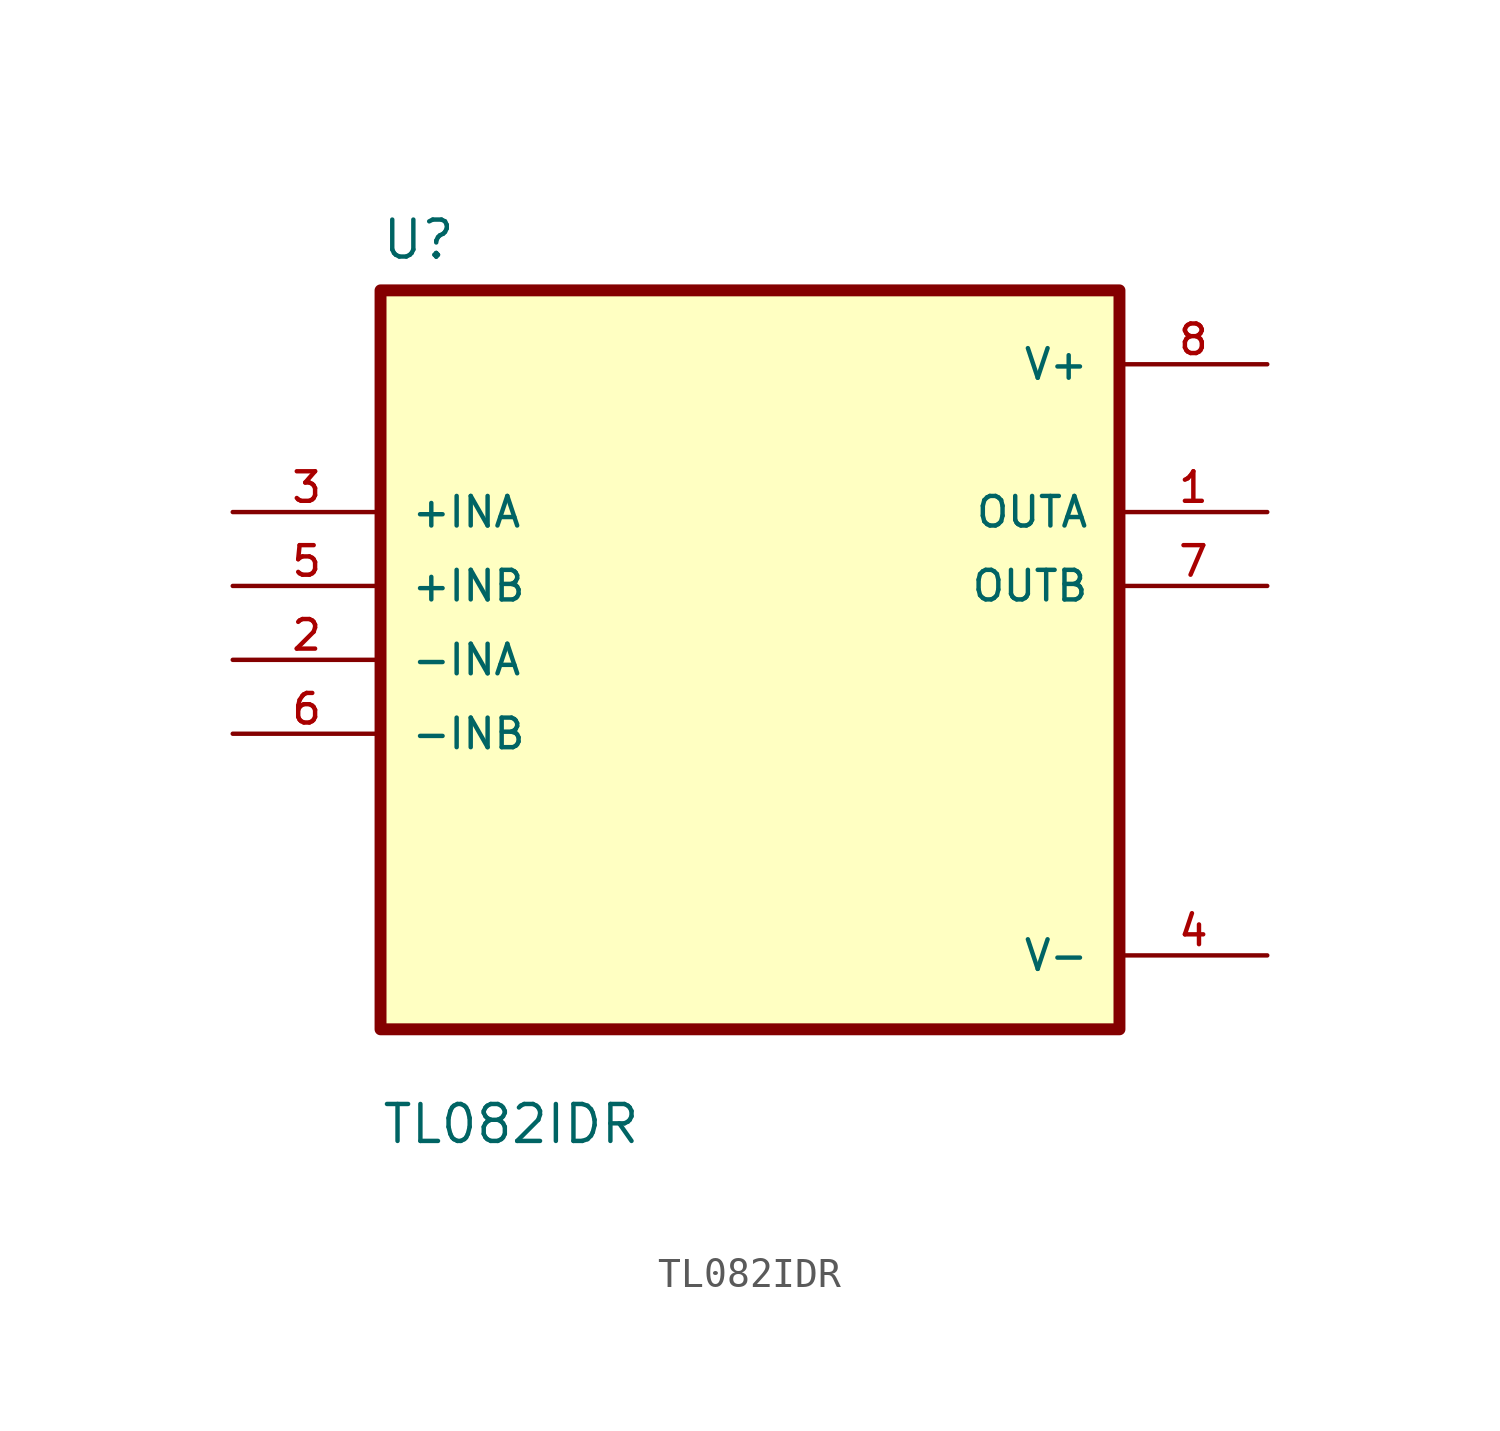
<source format=kicad_sym>
(kicad_symbol_lib
  (version 20211014)
  (generator kicad_symbol_editor)
  (symbol "TL082IDR"
    (pin_names
      (offset 1.016))
    (property "Reference" "U"
      (at -12.7 13.7 0.0)
      (effects (font (size 1.27 1.27)) (justify bottom left)))
    (property "Value" "TL082IDR"
      (at -12.7 -16.7 0.0)
      (effects (font (size 1.27 1.27)) (justify bottom left)))
    (symbol "TL082IDR_0_0"
      (rectangle (start -12.7 -12.7) (end 12.7 12.7) (stroke (width 0.41)) (fill (type background)))
      (pin input line (at -17.78 5.08 0) (length 5.08) (name "+INA" (effects (font (size 1.016 1.016)))) (number "3" (effects (font (size 1.016 1.016)))))
      (pin input line (at -17.78 2.54 0) (length 5.08) (name "+INB" (effects (font (size 1.016 1.016)))) (number "5" (effects (font (size 1.016 1.016)))))
      (pin input line (at -17.78 -8.88178e-16 0) (length 5.08) (name "-INA" (effects (font (size 1.016 1.016)))) (number "2" (effects (font (size 1.016 1.016)))))
      (pin input line (at -17.78 -2.54 0) (length 5.08) (name "-INB" (effects (font (size 1.016 1.016)))) (number "6" (effects (font (size 1.016 1.016)))))
      (pin power_in line (at 17.78 10.16 180.0) (length 5.08) (name "V+" (effects (font (size 1.016 1.016)))) (number "8" (effects (font (size 1.016 1.016)))))
      (pin output line (at 17.78 5.08 180.0) (length 5.08) (name "OUTA" (effects (font (size 1.016 1.016)))) (number "1" (effects (font (size 1.016 1.016)))))
      (pin output line (at 17.78 2.54 180.0) (length 5.08) (name "OUTB" (effects (font (size 1.016 1.016)))) (number "7" (effects (font (size 1.016 1.016)))))
      (pin power_in line (at 17.78 -10.16 180.0) (length 5.08) (name "V-" (effects (font (size 1.016 1.016)))) (number "4" (effects (font (size 1.016 1.016))))))))
</source>
